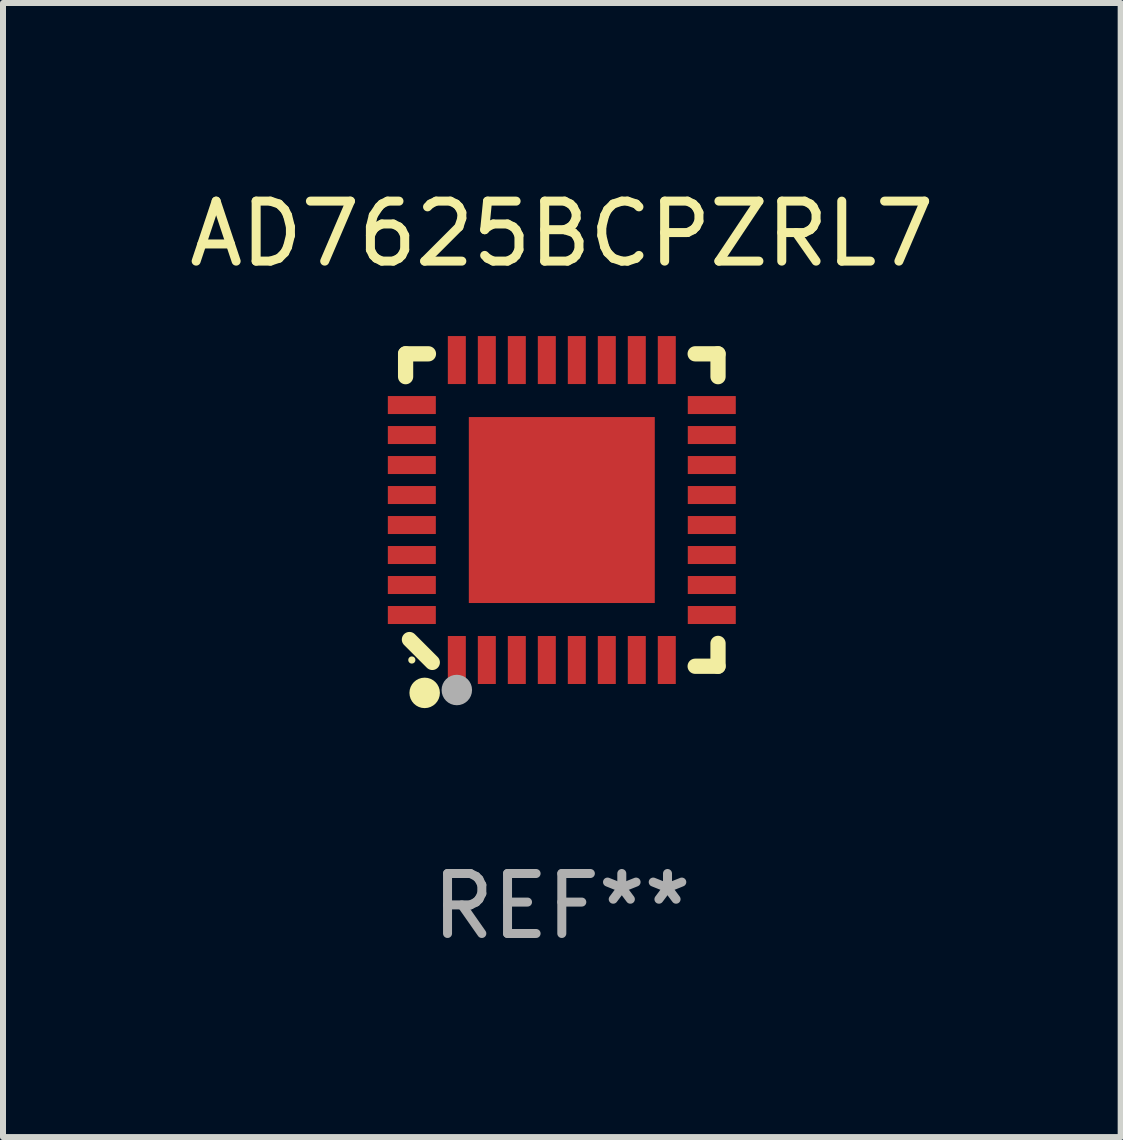
<source format=kicad_pcb>
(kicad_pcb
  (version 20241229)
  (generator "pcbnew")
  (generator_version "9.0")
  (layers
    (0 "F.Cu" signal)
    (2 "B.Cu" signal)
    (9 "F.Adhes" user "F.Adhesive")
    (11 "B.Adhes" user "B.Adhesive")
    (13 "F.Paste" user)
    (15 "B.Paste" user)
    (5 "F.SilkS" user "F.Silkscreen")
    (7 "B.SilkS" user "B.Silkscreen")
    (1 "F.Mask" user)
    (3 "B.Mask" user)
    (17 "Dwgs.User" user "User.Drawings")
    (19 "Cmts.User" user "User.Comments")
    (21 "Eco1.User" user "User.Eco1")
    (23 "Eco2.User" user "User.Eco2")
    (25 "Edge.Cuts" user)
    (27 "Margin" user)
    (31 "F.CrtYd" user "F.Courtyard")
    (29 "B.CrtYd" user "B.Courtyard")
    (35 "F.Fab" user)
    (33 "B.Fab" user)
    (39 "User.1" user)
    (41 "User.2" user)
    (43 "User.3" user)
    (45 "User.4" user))
  (footprint "AD7625BCPZRL7"
    (layer "F.Cu")
    (at 6.315 5.452)
    (property "Reference" "AD7625BCPZRL7" (at 0 -4.604 0) (layer "F.SilkS") (effects (font (size 1 1) (thickness 0.15))))
    (attr through_hole)
    (fp_line (start -2.604 -2.604) (end -2.604 -2.223) (stroke (width 0.254) (type solid)) (layer "F.SilkS"))
    (fp_line (start -2.54 2.159) (end -2.159 2.54) (stroke (width 0.254) (type solid)) (layer "F.SilkS"))
    (fp_line (start -2.223 -2.604) (end -2.604 -2.604) (stroke (width 0.254) (type solid)) (layer "F.SilkS"))
    (fp_line (start 2.223 2.604) (end 2.604 2.604) (stroke (width 0.254) (type solid)) (layer "F.SilkS"))
    (fp_line (start 2.604 -2.604) (end 2.223 -2.604) (stroke (width 0.254) (type solid)) (layer "F.SilkS"))
    (fp_line (start 2.604 -2.223) (end 2.604 -2.604) (stroke (width 0.254) (type solid)) (layer "F.SilkS"))
    (fp_line (start 2.604 2.604) (end 2.604 2.223) (stroke (width 0.254) (type solid)) (layer "F.SilkS"))
    (fp_circle (center -2.5 2.5) (end -2.47 2.5) (stroke (width 0.06) (type solid)) (fill no) (layer "F.SilkS"))
    (fp_circle (center -2.286 3.048) (end -2.159 3.048) (stroke (width 0.254) (type solid)) (fill no) (layer "F.SilkS"))
    (fp_circle (center -1.75 3) (end -1.623 3) (stroke (width 0.254) (type solid)) (fill no) (layer "F.Fab"))
    (fp_text user "REF**" (at 0 6.604 0) (layer "F.Fab") (effects (font (size 1 1) (thickness 0.15))))
    (pad "1" smd rect (at -1.75 2.5) (size 0.3 0.8) (layers "F.Cu" "F.Mask" "F.Paste"))
    (pad "2" smd rect (at -1.25 2.5) (size 0.3 0.8) (layers "F.Cu" "F.Mask" "F.Paste"))
    (pad "3" smd rect (at -0.75 2.5) (size 0.3 0.8) (layers "F.Cu" "F.Mask" "F.Paste"))
    (pad "4" smd rect (at -0.25 2.5) (size 0.3 0.8) (layers "F.Cu" "F.Mask" "F.Paste"))
    (pad "5" smd rect (at 0.25 2.5) (size 0.3 0.8) (layers "F.Cu" "F.Mask" "F.Paste"))
    (pad "6" smd rect (at 0.75 2.5) (size 0.3 0.8) (layers "F.Cu" "F.Mask" "F.Paste"))
    (pad "7" smd rect (at 1.25 2.5) (size 0.3 0.8) (layers "F.Cu" "F.Mask" "F.Paste"))
    (pad "8" smd rect (at 1.75 2.5) (size 0.3 0.8) (layers "F.Cu" "F.Mask" "F.Paste"))
    (pad "9" smd rect (at 2.5 1.75) (size 0.8 0.3) (layers "F.Cu" "F.Mask" "F.Paste"))
    (pad "10" smd rect (at 2.5 1.25) (size 0.8 0.3) (layers "F.Cu" "F.Mask" "F.Paste"))
    (pad "11" smd rect (at 2.5 0.75) (size 0.8 0.3) (layers "F.Cu" "F.Mask" "F.Paste"))
    (pad "12" smd rect (at 2.5 0.25) (size 0.8 0.3) (layers "F.Cu" "F.Mask" "F.Paste"))
    (pad "13" smd rect (at 2.5 -0.25) (size 0.8 0.3) (layers "F.Cu" "F.Mask" "F.Paste"))
    (pad "14" smd rect (at 2.5 -0.75) (size 0.8 0.3) (layers "F.Cu" "F.Mask" "F.Paste"))
    (pad "15" smd rect (at 2.5 -1.25) (size 0.8 0.3) (layers "F.Cu" "F.Mask" "F.Paste"))
    (pad "16" smd rect (at 2.5 -1.75) (size 0.8 0.3) (layers "F.Cu" "F.Mask" "F.Paste"))
    (pad "17" smd rect (at 1.75 -2.5) (size 0.3 0.8) (layers "F.Cu" "F.Mask" "F.Paste"))
    (pad "18" smd rect (at 1.25 -2.5) (size 0.3 0.8) (layers "F.Cu" "F.Mask" "F.Paste"))
    (pad "19" smd rect (at 0.75 -2.5) (size 0.3 0.8) (layers "F.Cu" "F.Mask" "F.Paste"))
    (pad "20" smd rect (at 0.25 -2.5) (size 0.3 0.8) (layers "F.Cu" "F.Mask" "F.Paste"))
    (pad "21" smd rect (at -0.25 -2.5) (size 0.3 0.8) (layers "F.Cu" "F.Mask" "F.Paste"))
    (pad "22" smd rect (at -0.75 -2.5) (size 0.3 0.8) (layers "F.Cu" "F.Mask" "F.Paste"))
    (pad "23" smd rect (at -1.25 -2.5) (size 0.3 0.8) (layers "F.Cu" "F.Mask" "F.Paste"))
    (pad "24" smd rect (at -1.75 -2.5) (size 0.3 0.8) (layers "F.Cu" "F.Mask" "F.Paste"))
    (pad "25" smd rect (at -2.5 -1.75) (size 0.8 0.3) (layers "F.Cu" "F.Mask" "F.Paste"))
    (pad "26" smd rect (at -2.5 -1.25) (size 0.8 0.3) (layers "F.Cu" "F.Mask" "F.Paste"))
    (pad "27" smd rect (at -2.5 -0.75) (size 0.8 0.3) (layers "F.Cu" "F.Mask" "F.Paste"))
    (pad "28" smd rect (at -2.5 -0.25) (size 0.8 0.3) (layers "F.Cu" "F.Mask" "F.Paste"))
    (pad "29" smd rect (at -2.5 0.25) (size 0.8 0.3) (layers "F.Cu" "F.Mask" "F.Paste"))
    (pad "30" smd rect (at -2.5 0.75) (size 0.8 0.3) (layers "F.Cu" "F.Mask" "F.Paste"))
    (pad "31" smd rect (at -2.5 1.25) (size 0.8 0.3) (layers "F.Cu" "F.Mask" "F.Paste"))
    (pad "32" smd rect (at -2.5 1.75) (size 0.8 0.3) (layers "F.Cu" "F.Mask" "F.Paste"))
    (pad "33" smd rect (at 0 -0.000025) (size 3.1 3.1) (layers "F.Cu" "F.Mask" "F.Paste")))
  (gr_rect
    (start -3 -3)
    (end 15.631 15.904)
    (stroke (width 0.1) (type default))
    (fill no)
    (layer "Edge.Cuts")))
</source>
